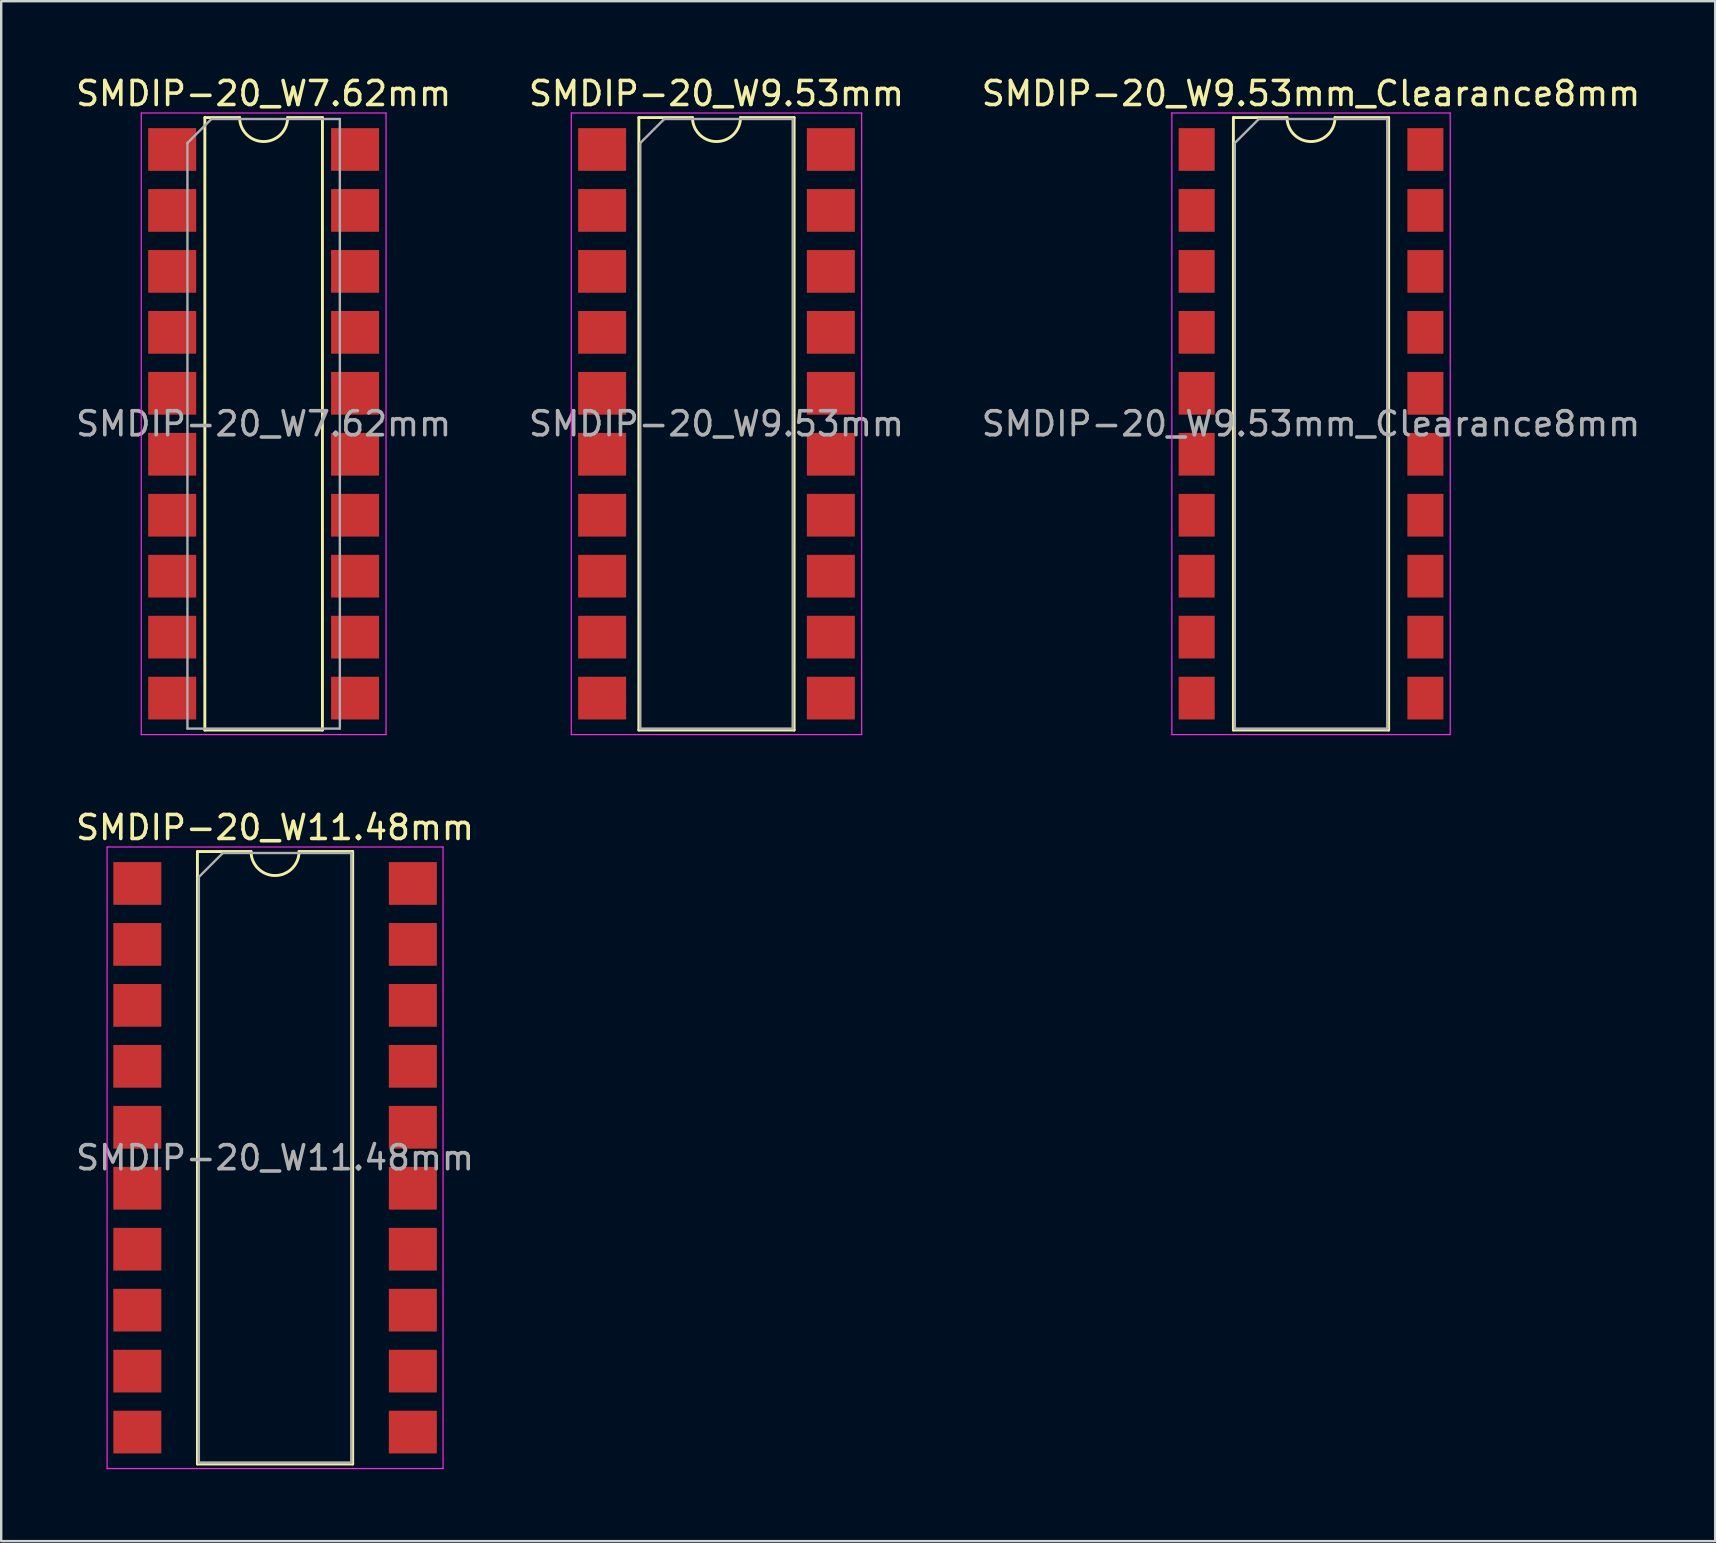
<source format=kicad_pcb>
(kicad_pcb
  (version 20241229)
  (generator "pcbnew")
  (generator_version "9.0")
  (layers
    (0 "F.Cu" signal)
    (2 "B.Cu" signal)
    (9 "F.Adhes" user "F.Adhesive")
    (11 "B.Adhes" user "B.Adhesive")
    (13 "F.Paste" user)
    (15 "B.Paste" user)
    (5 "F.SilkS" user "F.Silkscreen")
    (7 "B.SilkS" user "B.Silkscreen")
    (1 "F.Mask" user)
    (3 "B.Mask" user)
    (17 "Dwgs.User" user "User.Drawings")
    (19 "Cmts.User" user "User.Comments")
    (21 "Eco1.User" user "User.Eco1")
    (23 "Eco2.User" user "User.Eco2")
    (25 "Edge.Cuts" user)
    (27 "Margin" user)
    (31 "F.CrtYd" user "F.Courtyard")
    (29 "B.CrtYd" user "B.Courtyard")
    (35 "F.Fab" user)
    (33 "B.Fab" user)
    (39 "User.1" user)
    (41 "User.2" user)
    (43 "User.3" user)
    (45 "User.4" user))
  (footprint "SMDIP-20_W7.62mm"
    (layer "F.Cu")
    (at 7.935 14.608)
    (property "Reference" "SMDIP-20_W7.62mm" (at 0 -13.76 0) (layer "F.SilkS") (effects (font (size 1 1) (thickness 0.15))))
    (attr smd)
    (fp_line (start -2.45 -12.76) (end -2.45 12.76) (stroke (width 0.12) (type solid)) (layer "F.SilkS"))
    (fp_line (start -2.45 12.76) (end 2.45 12.76) (stroke (width 0.12) (type solid)) (layer "F.SilkS"))
    (fp_line (start -1 -12.76) (end -2.45 -12.76) (stroke (width 0.12) (type solid)) (layer "F.SilkS"))
    (fp_line (start 2.45 -12.76) (end 1 -12.76) (stroke (width 0.12) (type solid)) (layer "F.SilkS"))
    (fp_line (start 2.45 12.76) (end 2.45 -12.76) (stroke (width 0.12) (type solid)) (layer "F.SilkS"))
    (fp_arc (start 1 -12.76) (mid 0 -11.76) (end -1 -12.76) (stroke (width 0.12) (type solid)) (layer "F.SilkS"))
    (fp_line (start -5.1 -12.95) (end -5.1 12.95) (stroke (width 0.05) (type solid)) (layer "F.CrtYd"))
    (fp_line (start -5.1 12.95) (end 5.1 12.95) (stroke (width 0.05) (type solid)) (layer "F.CrtYd"))
    (fp_line (start 5.1 -12.95) (end -5.1 -12.95) (stroke (width 0.05) (type solid)) (layer "F.CrtYd"))
    (fp_line (start 5.1 12.95) (end 5.1 -12.95) (stroke (width 0.05) (type solid)) (layer "F.CrtYd"))
    (fp_line (start -3.175 -11.7) (end -2.175 -12.7) (stroke (width 0.1) (type solid)) (layer "F.Fab"))
    (fp_line (start -3.175 12.7) (end -3.175 -11.7) (stroke (width 0.1) (type solid)) (layer "F.Fab"))
    (fp_line (start -2.175 -12.7) (end 3.175 -12.7) (stroke (width 0.1) (type solid)) (layer "F.Fab"))
    (fp_line (start 3.175 -12.7) (end 3.175 12.7) (stroke (width 0.1) (type solid)) (layer "F.Fab"))
    (fp_line (start 3.175 12.7) (end -3.175 12.7) (stroke (width 0.1) (type solid)) (layer "F.Fab"))
    (fp_text user "${REFERENCE}" (at 0 0 0) (layer "F.Fab") (effects (font (size 1 1) (thickness 0.15))))
    (pad "1" smd rect (at -3.81 -11.43) (size 2 1.78) (layers "F.Cu" "F.Mask" "F.Paste"))
    (pad "2" smd rect (at -3.81 -8.89) (size 2 1.78) (layers "F.Cu" "F.Mask" "F.Paste"))
    (pad "3" smd rect (at -3.81 -6.35) (size 2 1.78) (layers "F.Cu" "F.Mask" "F.Paste"))
    (pad "4" smd rect (at -3.81 -3.81) (size 2 1.78) (layers "F.Cu" "F.Mask" "F.Paste"))
    (pad "5" smd rect (at -3.81 -1.27) (size 2 1.78) (layers "F.Cu" "F.Mask" "F.Paste"))
    (pad "6" smd rect (at -3.81 1.27) (size 2 1.78) (layers "F.Cu" "F.Mask" "F.Paste"))
    (pad "7" smd rect (at -3.81 3.81) (size 2 1.78) (layers "F.Cu" "F.Mask" "F.Paste"))
    (pad "8" smd rect (at -3.81 6.35) (size 2 1.78) (layers "F.Cu" "F.Mask" "F.Paste"))
    (pad "9" smd rect (at -3.81 8.89) (size 2 1.78) (layers "F.Cu" "F.Mask" "F.Paste"))
    (pad "10" smd rect (at -3.81 11.43) (size 2 1.78) (layers "F.Cu" "F.Mask" "F.Paste"))
    (pad "11" smd rect (at 3.81 11.43) (size 2 1.78) (layers "F.Cu" "F.Mask" "F.Paste"))
    (pad "12" smd rect (at 3.81 8.89) (size 2 1.78) (layers "F.Cu" "F.Mask" "F.Paste"))
    (pad "13" smd rect (at 3.81 6.35) (size 2 1.78) (layers "F.Cu" "F.Mask" "F.Paste"))
    (pad "14" smd rect (at 3.81 3.81) (size 2 1.78) (layers "F.Cu" "F.Mask" "F.Paste"))
    (pad "15" smd rect (at 3.81 1.27) (size 2 1.78) (layers "F.Cu" "F.Mask" "F.Paste"))
    (pad "16" smd rect (at 3.81 -1.27) (size 2 1.78) (layers "F.Cu" "F.Mask" "F.Paste"))
    (pad "17" smd rect (at 3.81 -3.81) (size 2 1.78) (layers "F.Cu" "F.Mask" "F.Paste"))
    (pad "18" smd rect (at 3.81 -6.35) (size 2 1.78) (layers "F.Cu" "F.Mask" "F.Paste"))
    (pad "19" smd rect (at 3.81 -8.89) (size 2 1.78) (layers "F.Cu" "F.Mask" "F.Paste"))
    (pad "20" smd rect (at 3.81 -11.43) (size 2 1.78) (layers "F.Cu" "F.Mask" "F.Paste")))
  (footprint "SMDIP-20_W11.48mm"
    (layer "F.Cu")
    (at 8.411 45.191)
    (property "Reference" "SMDIP-20_W11.48mm" (at 0 -13.76 0) (layer "F.SilkS") (effects (font (size 1 1) (thickness 0.15))))
    (attr smd)
    (fp_line (start -3.235 -12.76) (end -3.235 12.76) (stroke (width 0.12) (type solid)) (layer "F.SilkS"))
    (fp_line (start -3.235 12.76) (end 3.235 12.76) (stroke (width 0.12) (type solid)) (layer "F.SilkS"))
    (fp_line (start -1 -12.76) (end -3.235 -12.76) (stroke (width 0.12) (type solid)) (layer "F.SilkS"))
    (fp_line (start 3.235 -12.76) (end 1 -12.76) (stroke (width 0.12) (type solid)) (layer "F.SilkS"))
    (fp_line (start 3.235 12.76) (end 3.235 -12.76) (stroke (width 0.12) (type solid)) (layer "F.SilkS"))
    (fp_arc (start 1 -12.76) (mid 0 -11.76) (end -1 -12.76) (stroke (width 0.12) (type solid)) (layer "F.SilkS"))
    (fp_line (start -7 -12.95) (end -7 12.95) (stroke (width 0.05) (type solid)) (layer "F.CrtYd"))
    (fp_line (start -7 12.95) (end 7 12.95) (stroke (width 0.05) (type solid)) (layer "F.CrtYd"))
    (fp_line (start 7 -12.95) (end -7 -12.95) (stroke (width 0.05) (type solid)) (layer "F.CrtYd"))
    (fp_line (start 7 12.95) (end 7 -12.95) (stroke (width 0.05) (type solid)) (layer "F.CrtYd"))
    (fp_line (start -3.175 -11.7) (end -2.175 -12.7) (stroke (width 0.1) (type solid)) (layer "F.Fab"))
    (fp_line (start -3.175 12.7) (end -3.175 -11.7) (stroke (width 0.1) (type solid)) (layer "F.Fab"))
    (fp_line (start -2.175 -12.7) (end 3.175 -12.7) (stroke (width 0.1) (type solid)) (layer "F.Fab"))
    (fp_line (start 3.175 -12.7) (end 3.175 12.7) (stroke (width 0.1) (type solid)) (layer "F.Fab"))
    (fp_line (start 3.175 12.7) (end -3.175 12.7) (stroke (width 0.1) (type solid)) (layer "F.Fab"))
    (fp_text user "${REFERENCE}" (at 0 0 0) (layer "F.Fab") (effects (font (size 1 1) (thickness 0.15))))
    (pad "1" smd rect (at -5.74 -11.43) (size 2 1.78) (layers "F.Cu" "F.Mask" "F.Paste"))
    (pad "2" smd rect (at -5.74 -8.89) (size 2 1.78) (layers "F.Cu" "F.Mask" "F.Paste"))
    (pad "3" smd rect (at -5.74 -6.35) (size 2 1.78) (layers "F.Cu" "F.Mask" "F.Paste"))
    (pad "4" smd rect (at -5.74 -3.81) (size 2 1.78) (layers "F.Cu" "F.Mask" "F.Paste"))
    (pad "5" smd rect (at -5.74 -1.27) (size 2 1.78) (layers "F.Cu" "F.Mask" "F.Paste"))
    (pad "6" smd rect (at -5.74 1.27) (size 2 1.78) (layers "F.Cu" "F.Mask" "F.Paste"))
    (pad "7" smd rect (at -5.74 3.81) (size 2 1.78) (layers "F.Cu" "F.Mask" "F.Paste"))
    (pad "8" smd rect (at -5.74 6.35) (size 2 1.78) (layers "F.Cu" "F.Mask" "F.Paste"))
    (pad "9" smd rect (at -5.74 8.89) (size 2 1.78) (layers "F.Cu" "F.Mask" "F.Paste"))
    (pad "10" smd rect (at -5.74 11.43) (size 2 1.78) (layers "F.Cu" "F.Mask" "F.Paste"))
    (pad "11" smd rect (at 5.74 11.43) (size 2 1.78) (layers "F.Cu" "F.Mask" "F.Paste"))
    (pad "12" smd rect (at 5.74 8.89) (size 2 1.78) (layers "F.Cu" "F.Mask" "F.Paste"))
    (pad "13" smd rect (at 5.74 6.35) (size 2 1.78) (layers "F.Cu" "F.Mask" "F.Paste"))
    (pad "14" smd rect (at 5.74 3.81) (size 2 1.78) (layers "F.Cu" "F.Mask" "F.Paste"))
    (pad "15" smd rect (at 5.74 1.27) (size 2 1.78) (layers "F.Cu" "F.Mask" "F.Paste"))
    (pad "16" smd rect (at 5.74 -1.27) (size 2 1.78) (layers "F.Cu" "F.Mask" "F.Paste"))
    (pad "17" smd rect (at 5.74 -3.81) (size 2 1.78) (layers "F.Cu" "F.Mask" "F.Paste"))
    (pad "18" smd rect (at 5.74 -6.35) (size 2 1.78) (layers "F.Cu" "F.Mask" "F.Paste"))
    (pad "19" smd rect (at 5.74 -8.89) (size 2 1.78) (layers "F.Cu" "F.Mask" "F.Paste"))
    (pad "20" smd rect (at 5.74 -11.43) (size 2 1.78) (layers "F.Cu" "F.Mask" "F.Paste")))
  (footprint "SMDIP-20_W9.53mm"
    (layer "F.Cu")
    (at 26.804 14.608)
    (property "Reference" "SMDIP-20_W9.53mm" (at 0 -13.76 0) (layer "F.SilkS") (effects (font (size 1 1) (thickness 0.15))))
    (attr smd)
    (fp_line (start -3.235 -12.76) (end -3.235 12.76) (stroke (width 0.12) (type solid)) (layer "F.SilkS"))
    (fp_line (start -3.235 12.76) (end 3.235 12.76) (stroke (width 0.12) (type solid)) (layer "F.SilkS"))
    (fp_line (start -1 -12.76) (end -3.235 -12.76) (stroke (width 0.12) (type solid)) (layer "F.SilkS"))
    (fp_line (start 3.235 -12.76) (end 1 -12.76) (stroke (width 0.12) (type solid)) (layer "F.SilkS"))
    (fp_line (start 3.235 12.76) (end 3.235 -12.76) (stroke (width 0.12) (type solid)) (layer "F.SilkS"))
    (fp_arc (start 1 -12.76) (mid 0 -11.76) (end -1 -12.76) (stroke (width 0.12) (type solid)) (layer "F.SilkS"))
    (fp_line (start -6.05 -12.95) (end -6.05 12.95) (stroke (width 0.05) (type solid)) (layer "F.CrtYd"))
    (fp_line (start -6.05 12.95) (end 6.05 12.95) (stroke (width 0.05) (type solid)) (layer "F.CrtYd"))
    (fp_line (start 6.05 -12.95) (end -6.05 -12.95) (stroke (width 0.05) (type solid)) (layer "F.CrtYd"))
    (fp_line (start 6.05 12.95) (end 6.05 -12.95) (stroke (width 0.05) (type solid)) (layer "F.CrtYd"))
    (fp_line (start -3.175 -11.7) (end -2.175 -12.7) (stroke (width 0.1) (type solid)) (layer "F.Fab"))
    (fp_line (start -3.175 12.7) (end -3.175 -11.7) (stroke (width 0.1) (type solid)) (layer "F.Fab"))
    (fp_line (start -2.175 -12.7) (end 3.175 -12.7) (stroke (width 0.1) (type solid)) (layer "F.Fab"))
    (fp_line (start 3.175 -12.7) (end 3.175 12.7) (stroke (width 0.1) (type solid)) (layer "F.Fab"))
    (fp_line (start 3.175 12.7) (end -3.175 12.7) (stroke (width 0.1) (type solid)) (layer "F.Fab"))
    (fp_text user "${REFERENCE}" (at 0 0 0) (layer "F.Fab") (effects (font (size 1 1) (thickness 0.15))))
    (pad "1" smd rect (at -4.765 -11.43) (size 2 1.78) (layers "F.Cu" "F.Mask" "F.Paste"))
    (pad "2" smd rect (at -4.765 -8.89) (size 2 1.78) (layers "F.Cu" "F.Mask" "F.Paste"))
    (pad "3" smd rect (at -4.765 -6.35) (size 2 1.78) (layers "F.Cu" "F.Mask" "F.Paste"))
    (pad "4" smd rect (at -4.765 -3.81) (size 2 1.78) (layers "F.Cu" "F.Mask" "F.Paste"))
    (pad "5" smd rect (at -4.765 -1.27) (size 2 1.78) (layers "F.Cu" "F.Mask" "F.Paste"))
    (pad "6" smd rect (at -4.765 1.27) (size 2 1.78) (layers "F.Cu" "F.Mask" "F.Paste"))
    (pad "7" smd rect (at -4.765 3.81) (size 2 1.78) (layers "F.Cu" "F.Mask" "F.Paste"))
    (pad "8" smd rect (at -4.765 6.35) (size 2 1.78) (layers "F.Cu" "F.Mask" "F.Paste"))
    (pad "9" smd rect (at -4.765 8.89) (size 2 1.78) (layers "F.Cu" "F.Mask" "F.Paste"))
    (pad "10" smd rect (at -4.765 11.43) (size 2 1.78) (layers "F.Cu" "F.Mask" "F.Paste"))
    (pad "11" smd rect (at 4.765 11.43) (size 2 1.78) (layers "F.Cu" "F.Mask" "F.Paste"))
    (pad "12" smd rect (at 4.765 8.89) (size 2 1.78) (layers "F.Cu" "F.Mask" "F.Paste"))
    (pad "13" smd rect (at 4.765 6.35) (size 2 1.78) (layers "F.Cu" "F.Mask" "F.Paste"))
    (pad "14" smd rect (at 4.765 3.81) (size 2 1.78) (layers "F.Cu" "F.Mask" "F.Paste"))
    (pad "15" smd rect (at 4.765 1.27) (size 2 1.78) (layers "F.Cu" "F.Mask" "F.Paste"))
    (pad "16" smd rect (at 4.765 -1.27) (size 2 1.78) (layers "F.Cu" "F.Mask" "F.Paste"))
    (pad "17" smd rect (at 4.765 -3.81) (size 2 1.78) (layers "F.Cu" "F.Mask" "F.Paste"))
    (pad "18" smd rect (at 4.765 -6.35) (size 2 1.78) (layers "F.Cu" "F.Mask" "F.Paste"))
    (pad "19" smd rect (at 4.765 -8.89) (size 2 1.78) (layers "F.Cu" "F.Mask" "F.Paste"))
    (pad "20" smd rect (at 4.765 -11.43) (size 2 1.78) (layers "F.Cu" "F.Mask" "F.Paste")))
  (footprint "SMDIP-20_W9.53mm_Clearance8mm"
    (layer "F.Cu")
    (at 51.577 14.608)
    (property "Reference" "SMDIP-20_W9.53mm_Clearance8mm" (at 0 -13.76 0) (layer "F.SilkS") (effects (font (size 1 1) (thickness 0.15))))
    (attr smd)
    (fp_line (start -3.235 -12.76) (end -3.235 12.76) (stroke (width 0.12) (type solid)) (layer "F.SilkS"))
    (fp_line (start -3.235 12.76) (end 3.235 12.76) (stroke (width 0.12) (type solid)) (layer "F.SilkS"))
    (fp_line (start -1 -12.76) (end -3.235 -12.76) (stroke (width 0.12) (type solid)) (layer "F.SilkS"))
    (fp_line (start 3.235 -12.76) (end 1 -12.76) (stroke (width 0.12) (type solid)) (layer "F.SilkS"))
    (fp_line (start 3.235 12.76) (end 3.235 -12.76) (stroke (width 0.12) (type solid)) (layer "F.SilkS"))
    (fp_arc (start 1 -12.76) (mid 0 -11.76) (end -1 -12.76) (stroke (width 0.12) (type solid)) (layer "F.SilkS"))
    (fp_line (start -5.8 -12.95) (end -5.8 12.95) (stroke (width 0.05) (type solid)) (layer "F.CrtYd"))
    (fp_line (start -5.8 12.95) (end 5.8 12.95) (stroke (width 0.05) (type solid)) (layer "F.CrtYd"))
    (fp_line (start 5.8 -12.95) (end -5.8 -12.95) (stroke (width 0.05) (type solid)) (layer "F.CrtYd"))
    (fp_line (start 5.8 12.95) (end 5.8 -12.95) (stroke (width 0.05) (type solid)) (layer "F.CrtYd"))
    (fp_line (start -3.175 -11.7) (end -2.175 -12.7) (stroke (width 0.1) (type solid)) (layer "F.Fab"))
    (fp_line (start -3.175 12.7) (end -3.175 -11.7) (stroke (width 0.1) (type solid)) (layer "F.Fab"))
    (fp_line (start -2.175 -12.7) (end 3.175 -12.7) (stroke (width 0.1) (type solid)) (layer "F.Fab"))
    (fp_line (start 3.175 -12.7) (end 3.175 12.7) (stroke (width 0.1) (type solid)) (layer "F.Fab"))
    (fp_line (start 3.175 12.7) (end -3.175 12.7) (stroke (width 0.1) (type solid)) (layer "F.Fab"))
    (fp_text user "${REFERENCE}" (at 0 0 0) (layer "F.Fab") (effects (font (size 1 1) (thickness 0.15))))
    (pad "1" smd rect (at -4.765 -11.43) (size 1.5 1.78) (layers "F.Cu" "F.Mask" "F.Paste"))
    (pad "2" smd rect (at -4.765 -8.89) (size 1.5 1.78) (layers "F.Cu" "F.Mask" "F.Paste"))
    (pad "3" smd rect (at -4.765 -6.35) (size 1.5 1.78) (layers "F.Cu" "F.Mask" "F.Paste"))
    (pad "4" smd rect (at -4.765 -3.81) (size 1.5 1.78) (layers "F.Cu" "F.Mask" "F.Paste"))
    (pad "5" smd rect (at -4.765 -1.27) (size 1.5 1.78) (layers "F.Cu" "F.Mask" "F.Paste"))
    (pad "6" smd rect (at -4.765 1.27) (size 1.5 1.78) (layers "F.Cu" "F.Mask" "F.Paste"))
    (pad "7" smd rect (at -4.765 3.81) (size 1.5 1.78) (layers "F.Cu" "F.Mask" "F.Paste"))
    (pad "8" smd rect (at -4.765 6.35) (size 1.5 1.78) (layers "F.Cu" "F.Mask" "F.Paste"))
    (pad "9" smd rect (at -4.765 8.89) (size 1.5 1.78) (layers "F.Cu" "F.Mask" "F.Paste"))
    (pad "10" smd rect (at -4.765 11.43) (size 1.5 1.78) (layers "F.Cu" "F.Mask" "F.Paste"))
    (pad "11" smd rect (at 4.765 11.43) (size 1.5 1.78) (layers "F.Cu" "F.Mask" "F.Paste"))
    (pad "12" smd rect (at 4.765 8.89) (size 1.5 1.78) (layers "F.Cu" "F.Mask" "F.Paste"))
    (pad "13" smd rect (at 4.765 6.35) (size 1.5 1.78) (layers "F.Cu" "F.Mask" "F.Paste"))
    (pad "14" smd rect (at 4.765 3.81) (size 1.5 1.78) (layers "F.Cu" "F.Mask" "F.Paste"))
    (pad "15" smd rect (at 4.765 1.27) (size 1.5 1.78) (layers "F.Cu" "F.Mask" "F.Paste"))
    (pad "16" smd rect (at 4.765 -1.27) (size 1.5 1.78) (layers "F.Cu" "F.Mask" "F.Paste"))
    (pad "17" smd rect (at 4.765 -3.81) (size 1.5 1.78) (layers "F.Cu" "F.Mask" "F.Paste"))
    (pad "18" smd rect (at 4.765 -6.35) (size 1.5 1.78) (layers "F.Cu" "F.Mask" "F.Paste"))
    (pad "19" smd rect (at 4.765 -8.89) (size 1.5 1.78) (layers "F.Cu" "F.Mask" "F.Paste"))
    (pad "20" smd rect (at 4.765 -11.43) (size 1.5 1.78) (layers "F.Cu" "F.Mask" "F.Paste")))
  (gr_rect
    (start -3 -3)
    (end 68.417 61.166)
    (stroke (width 0.1) (type default))
    (fill no)
    (layer "Edge.Cuts")))
</source>
